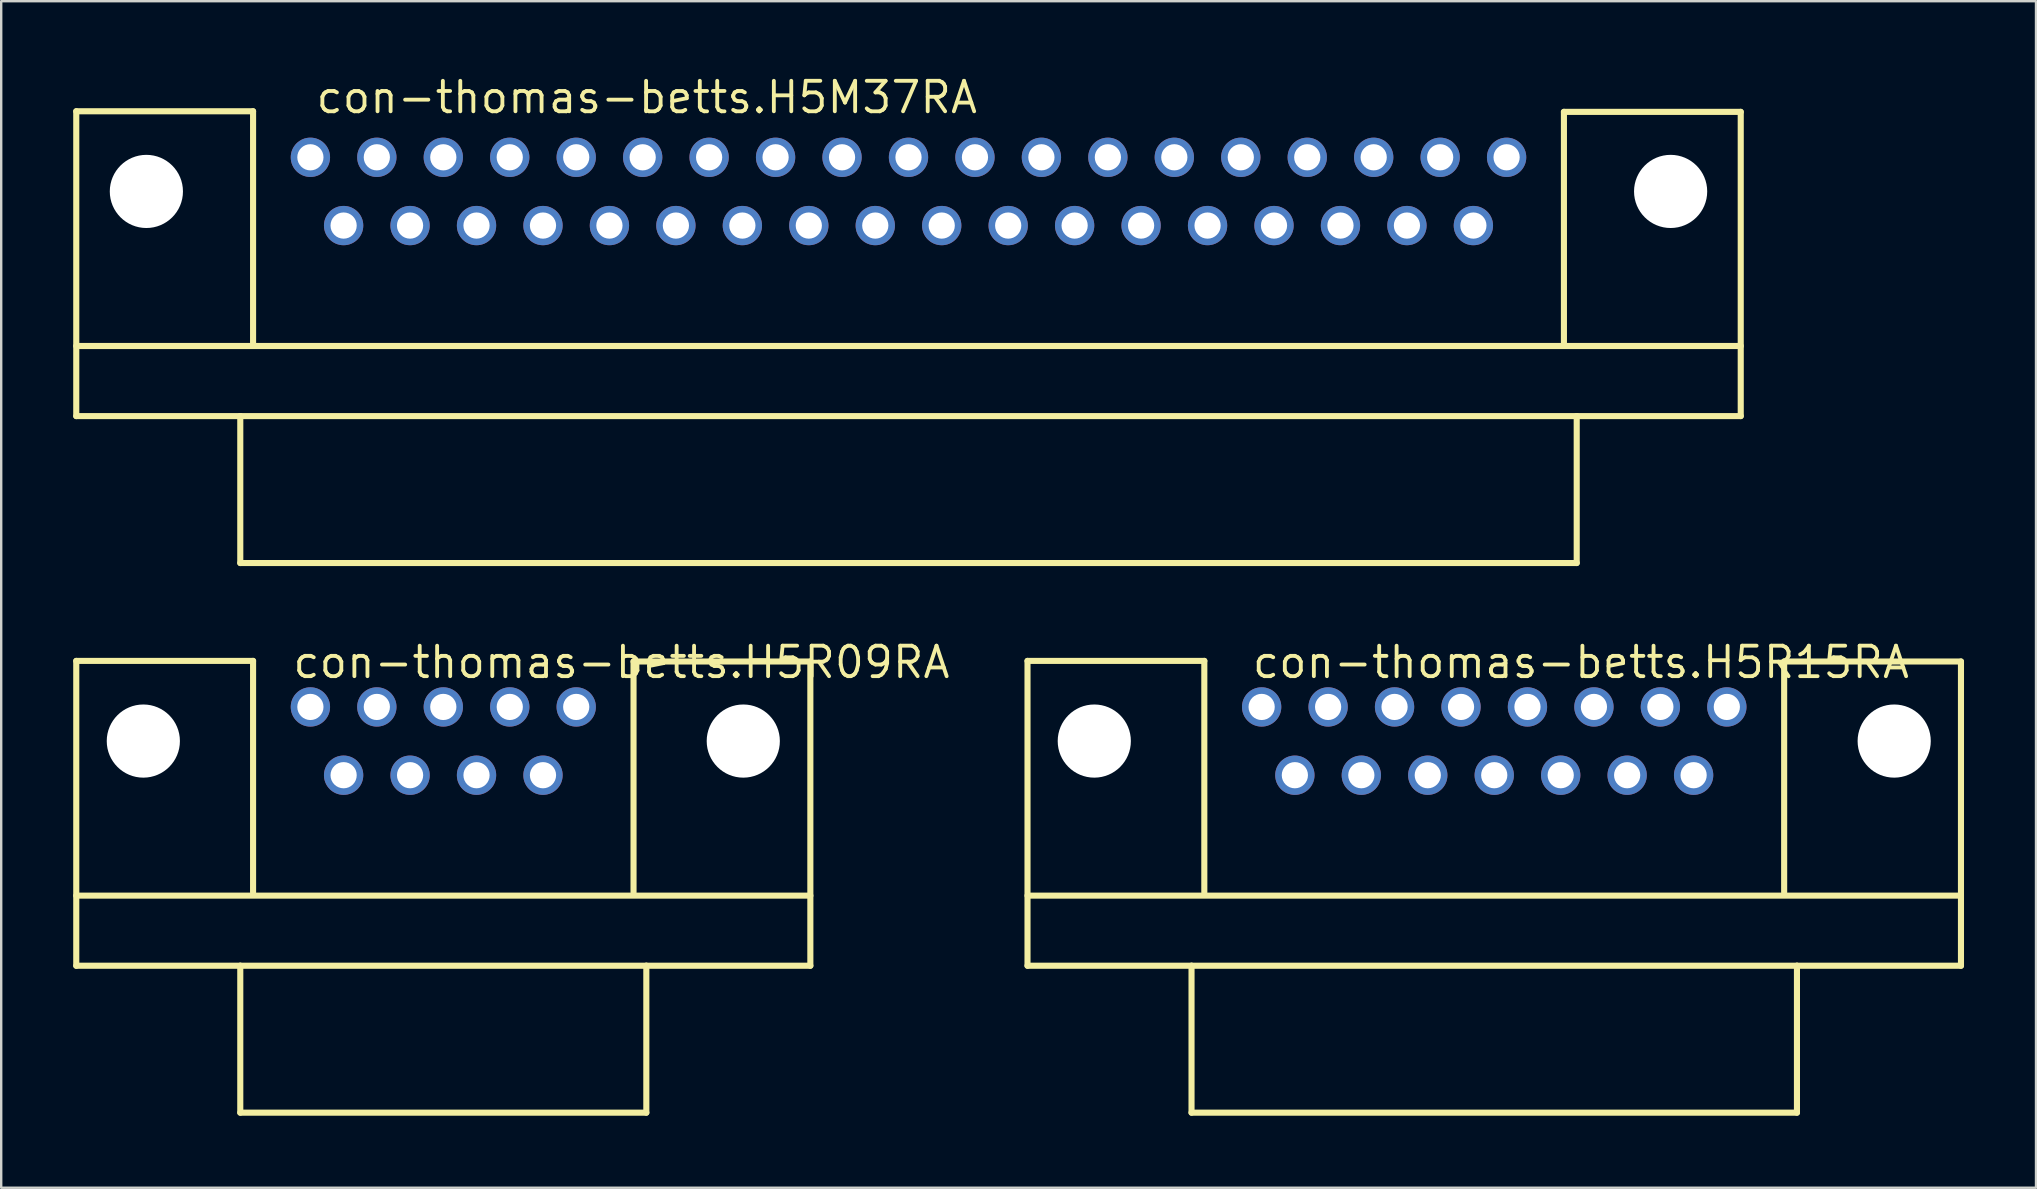
<source format=kicad_pcb>
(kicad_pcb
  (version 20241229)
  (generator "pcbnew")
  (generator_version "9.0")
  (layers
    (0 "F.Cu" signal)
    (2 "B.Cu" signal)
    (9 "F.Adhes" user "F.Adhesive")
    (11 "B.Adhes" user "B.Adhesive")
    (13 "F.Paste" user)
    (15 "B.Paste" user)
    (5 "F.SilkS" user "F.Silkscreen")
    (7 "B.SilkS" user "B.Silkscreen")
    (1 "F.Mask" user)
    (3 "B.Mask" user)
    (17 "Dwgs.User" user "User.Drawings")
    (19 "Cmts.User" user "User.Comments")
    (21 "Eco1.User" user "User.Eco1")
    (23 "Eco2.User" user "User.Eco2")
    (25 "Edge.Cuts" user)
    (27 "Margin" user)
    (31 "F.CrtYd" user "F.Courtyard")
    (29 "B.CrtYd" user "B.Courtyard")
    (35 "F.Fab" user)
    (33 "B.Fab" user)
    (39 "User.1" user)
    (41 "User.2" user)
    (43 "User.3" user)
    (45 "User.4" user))
  (footprint "con-thomas-betts.H5M37RA"
    (layer "F.Cu")
    (at 34.798 4.925)
    (property "Reference" "con-thomas-betts.H5M37RA" (at -24.765 -3.175 0) (layer "F.SilkS") (effects (font (size 1.27 1.27) (thickness 0.16)) (justify left bottom)))
    (attr through_hole)
    (fp_line (start -34.671 -3.34) (end -27.305 -3.34) (stroke (width 0.254) (type default)) (layer "F.SilkS"))
    (fp_line (start -34.671 6.439) (end 34.671 6.439) (stroke (width 0.254) (type default)) (layer "F.SilkS"))
    (fp_line (start -34.671 9.36) (end -34.671 -3.34) (stroke (width 0.254) (type default)) (layer "F.SilkS"))
    (fp_line (start -27.838 9.36) (end -34.671 9.36) (stroke (width 0.254) (type default)) (layer "F.SilkS"))
    (fp_line (start -27.838 9.36) (end 27.838 9.36) (stroke (width 0.254) (type default)) (layer "F.SilkS"))
    (fp_line (start -27.838 15.481) (end -27.838 9.36) (stroke (width 0.254) (type default)) (layer "F.SilkS"))
    (fp_line (start -27.305 -3.34) (end -27.305 6.299) (stroke (width 0.254) (type default)) (layer "F.SilkS"))
    (fp_line (start 27.305 -3.315) (end 27.305 6.299) (stroke (width 0.254) (type default)) (layer "F.SilkS"))
    (fp_line (start 27.838 9.36) (end 27.838 15.481) (stroke (width 0.254) (type default)) (layer "F.SilkS"))
    (fp_line (start 27.838 15.481) (end -27.838 15.481) (stroke (width 0.254) (type default)) (layer "F.SilkS"))
    (fp_line (start 34.671 -3.315) (end 27.305 -3.315) (stroke (width 0.254) (type default)) (layer "F.SilkS"))
    (fp_line (start 34.671 -3.315) (end 34.671 9.36) (stroke (width 0.254) (type default)) (layer "F.SilkS"))
    (fp_line (start 34.671 9.36) (end 27.838 9.36) (stroke (width 0.254) (type default)) (layer "F.SilkS"))
    (pad "" np_thru_hole circle (at -31.75 0) (size 3.048 3.048) (drill 3.048) (layers "*.Cu" "*.Mask"))
    (pad "" np_thru_hole circle (at 31.75 0) (size 3.048 3.048) (drill 3.048) (layers "*.Cu" "*.Mask"))
    (pad "1" thru_hole circle (at -24.917 -1.422) (size 1.638 1.638) (drill 1.092) (layers "*.Cu" "*.Mask"))
    (pad "2" thru_hole circle (at -22.149 -1.422) (size 1.638 1.638) (drill 1.092) (layers "*.Cu" "*.Mask"))
    (pad "3" thru_hole circle (at -19.38 -1.422) (size 1.638 1.638) (drill 1.092) (layers "*.Cu" "*.Mask"))
    (pad "4" thru_hole circle (at -16.612 -1.422) (size 1.638 1.638) (drill 1.092) (layers "*.Cu" "*.Mask"))
    (pad "5" thru_hole circle (at -13.843 -1.422) (size 1.638 1.638) (drill 1.092) (layers "*.Cu" "*.Mask"))
    (pad "6" thru_hole circle (at -11.074 -1.422) (size 1.638 1.638) (drill 1.092) (layers "*.Cu" "*.Mask"))
    (pad "7" thru_hole circle (at -8.306 -1.422) (size 1.638 1.638) (drill 1.092) (layers "*.Cu" "*.Mask"))
    (pad "8" thru_hole circle (at -5.537 -1.422) (size 1.638 1.638) (drill 1.092) (layers "*.Cu" "*.Mask"))
    (pad "9" thru_hole circle (at -2.769 -1.422) (size 1.638 1.638) (drill 1.092) (layers "*.Cu" "*.Mask"))
    (pad "10" thru_hole circle (at 0 -1.422) (size 1.638 1.638) (drill 1.092) (layers "*.Cu" "*.Mask"))
    (pad "11" thru_hole circle (at 2.769 -1.422) (size 1.638 1.638) (drill 1.092) (layers "*.Cu" "*.Mask"))
    (pad "12" thru_hole circle (at 5.537 -1.422) (size 1.638 1.638) (drill 1.092) (layers "*.Cu" "*.Mask"))
    (pad "13" thru_hole circle (at 8.306 -1.422) (size 1.638 1.638) (drill 1.092) (layers "*.Cu" "*.Mask"))
    (pad "14" thru_hole circle (at 11.074 -1.422) (size 1.638 1.638) (drill 1.092) (layers "*.Cu" "*.Mask"))
    (pad "15" thru_hole circle (at 13.843 -1.422) (size 1.638 1.638) (drill 1.092) (layers "*.Cu" "*.Mask"))
    (pad "16" thru_hole circle (at 16.612 -1.422) (size 1.638 1.638) (drill 1.092) (layers "*.Cu" "*.Mask"))
    (pad "17" thru_hole circle (at 19.38 -1.422) (size 1.638 1.638) (drill 1.092) (layers "*.Cu" "*.Mask"))
    (pad "18" thru_hole circle (at 22.149 -1.422) (size 1.638 1.638) (drill 1.092) (layers "*.Cu" "*.Mask"))
    (pad "19" thru_hole circle (at 24.917 -1.422) (size 1.638 1.638) (drill 1.092) (layers "*.Cu" "*.Mask"))
    (pad "20" thru_hole circle (at -23.533 1.422) (size 1.638 1.638) (drill 1.092) (layers "*.Cu" "*.Mask"))
    (pad "21" thru_hole circle (at -20.765 1.422) (size 1.638 1.638) (drill 1.092) (layers "*.Cu" "*.Mask"))
    (pad "22" thru_hole circle (at -17.996 1.422) (size 1.638 1.638) (drill 1.092) (layers "*.Cu" "*.Mask"))
    (pad "23" thru_hole circle (at -15.227 1.422) (size 1.638 1.638) (drill 1.092) (layers "*.Cu" "*.Mask"))
    (pad "24" thru_hole circle (at -12.459 1.422) (size 1.638 1.638) (drill 1.092) (layers "*.Cu" "*.Mask"))
    (pad "25" thru_hole circle (at -9.69 1.422) (size 1.638 1.638) (drill 1.092) (layers "*.Cu" "*.Mask"))
    (pad "26" thru_hole circle (at -6.921 1.422) (size 1.638 1.638) (drill 1.092) (layers "*.Cu" "*.Mask"))
    (pad "27" thru_hole circle (at -4.153 1.422) (size 1.638 1.638) (drill 1.092) (layers "*.Cu" "*.Mask"))
    (pad "28" thru_hole circle (at -1.384 1.422) (size 1.638 1.638) (drill 1.092) (layers "*.Cu" "*.Mask"))
    (pad "29" thru_hole circle (at 1.384 1.422) (size 1.638 1.638) (drill 1.092) (layers "*.Cu" "*.Mask"))
    (pad "30" thru_hole circle (at 4.153 1.422) (size 1.638 1.638) (drill 1.092) (layers "*.Cu" "*.Mask"))
    (pad "31" thru_hole circle (at 6.921 1.422) (size 1.638 1.638) (drill 1.092) (layers "*.Cu" "*.Mask"))
    (pad "32" thru_hole circle (at 9.69 1.422) (size 1.638 1.638) (drill 1.092) (layers "*.Cu" "*.Mask"))
    (pad "33" thru_hole circle (at 12.459 1.422) (size 1.638 1.638) (drill 1.092) (layers "*.Cu" "*.Mask"))
    (pad "34" thru_hole circle (at 15.227 1.422) (size 1.638 1.638) (drill 1.092) (layers "*.Cu" "*.Mask"))
    (pad "35" thru_hole circle (at 17.996 1.422) (size 1.638 1.638) (drill 1.092) (layers "*.Cu" "*.Mask"))
    (pad "36" thru_hole circle (at 20.765 1.422) (size 1.638 1.638) (drill 1.092) (layers "*.Cu" "*.Mask"))
    (pad "37" thru_hole circle (at 23.533 1.422) (size 1.638 1.638) (drill 1.092) (layers "*.Cu" "*.Mask")))
  (footprint "con-thomas-betts.H5R09RA"
    (layer "F.Cu")
    (at 15.418 27.823)
    (property "Reference" "con-thomas-betts.H5R09RA" (at -6.35 -2.54 0) (layer "F.SilkS") (effects (font (size 1.27 1.27) (thickness 0.16)) (justify left bottom)))
    (attr through_hole)
    (fp_line (start -15.291 -3.34) (end -7.925 -3.34) (stroke (width 0.254) (type default)) (layer "F.SilkS"))
    (fp_line (start -15.291 6.439) (end 15.291 6.439) (stroke (width 0.254) (type default)) (layer "F.SilkS"))
    (fp_line (start -15.291 9.36) (end -15.291 -3.34) (stroke (width 0.254) (type default)) (layer "F.SilkS"))
    (fp_line (start -8.458 9.36) (end -15.291 9.36) (stroke (width 0.254) (type default)) (layer "F.SilkS"))
    (fp_line (start -8.458 9.36) (end 8.458 9.36) (stroke (width 0.254) (type default)) (layer "F.SilkS"))
    (fp_line (start -8.458 15.481) (end -8.458 9.36) (stroke (width 0.254) (type default)) (layer "F.SilkS"))
    (fp_line (start -7.925 -3.34) (end -7.925 6.299) (stroke (width 0.254) (type default)) (layer "F.SilkS"))
    (fp_line (start 7.925 -3.315) (end 7.925 6.299) (stroke (width 0.254) (type default)) (layer "F.SilkS"))
    (fp_line (start 8.458 9.36) (end 8.458 15.481) (stroke (width 0.254) (type default)) (layer "F.SilkS"))
    (fp_line (start 8.458 15.481) (end -8.458 15.481) (stroke (width 0.254) (type default)) (layer "F.SilkS"))
    (fp_line (start 15.291 -3.315) (end 7.925 -3.315) (stroke (width 0.254) (type default)) (layer "F.SilkS"))
    (fp_line (start 15.291 -3.315) (end 15.291 9.36) (stroke (width 0.254) (type default)) (layer "F.SilkS"))
    (fp_line (start 15.291 9.36) (end 8.458 9.36) (stroke (width 0.254) (type default)) (layer "F.SilkS"))
    (pad "" np_thru_hole circle (at -12.497 0) (size 3.048 3.048) (drill 3.048) (layers "*.Cu" "*.Mask"))
    (pad "" np_thru_hole circle (at 12.497 0) (size 3.048 3.048) (drill 3.048) (layers "*.Cu" "*.Mask"))
    (pad "1" thru_hole circle (at 5.537 -1.422) (size 1.638 1.638) (drill 1.092) (layers "*.Cu" "*.Mask"))
    (pad "2" thru_hole circle (at 2.769 -1.422) (size 1.638 1.638) (drill 1.092) (layers "*.Cu" "*.Mask"))
    (pad "3" thru_hole circle (at 0 -1.422) (size 1.638 1.638) (drill 1.092) (layers "*.Cu" "*.Mask"))
    (pad "4" thru_hole circle (at -2.769 -1.422) (size 1.638 1.638) (drill 1.092) (layers "*.Cu" "*.Mask"))
    (pad "5" thru_hole circle (at -5.537 -1.422) (size 1.638 1.638) (drill 1.092) (layers "*.Cu" "*.Mask"))
    (pad "6" thru_hole circle (at 4.153 1.422) (size 1.638 1.638) (drill 1.092) (layers "*.Cu" "*.Mask"))
    (pad "7" thru_hole circle (at 1.384 1.422) (size 1.638 1.638) (drill 1.092) (layers "*.Cu" "*.Mask"))
    (pad "8" thru_hole circle (at -1.384 1.422) (size 1.638 1.638) (drill 1.092) (layers "*.Cu" "*.Mask"))
    (pad "9" thru_hole circle (at -4.153 1.422) (size 1.638 1.638) (drill 1.092) (layers "*.Cu" "*.Mask")))
  (footprint "con-thomas-betts.H5R15RA"
    (layer "F.Cu")
    (at 59.2 27.823)
    (property "Reference" "con-thomas-betts.H5R15RA" (at -10.16 -2.54 0) (layer "F.SilkS") (effects (font (size 1.27 1.27) (thickness 0.16)) (justify left bottom)))
    (attr through_hole)
    (fp_line (start -19.444 -3.34) (end -12.078 -3.34) (stroke (width 0.254) (type default)) (layer "F.SilkS"))
    (fp_line (start -19.444 6.439) (end 19.444 6.439) (stroke (width 0.254) (type default)) (layer "F.SilkS"))
    (fp_line (start -19.444 9.36) (end -19.444 -3.34) (stroke (width 0.254) (type default)) (layer "F.SilkS"))
    (fp_line (start -12.611 9.36) (end -19.444 9.36) (stroke (width 0.254) (type default)) (layer "F.SilkS"))
    (fp_line (start -12.611 9.36) (end 12.611 9.36) (stroke (width 0.254) (type default)) (layer "F.SilkS"))
    (fp_line (start -12.611 15.481) (end -12.611 9.36) (stroke (width 0.254) (type default)) (layer "F.SilkS"))
    (fp_line (start -12.078 -3.34) (end -12.078 6.299) (stroke (width 0.254) (type default)) (layer "F.SilkS"))
    (fp_line (start 12.078 -3.315) (end 12.078 6.299) (stroke (width 0.254) (type default)) (layer "F.SilkS"))
    (fp_line (start 12.611 9.36) (end 12.611 15.481) (stroke (width 0.254) (type default)) (layer "F.SilkS"))
    (fp_line (start 12.611 15.481) (end -12.611 15.481) (stroke (width 0.254) (type default)) (layer "F.SilkS"))
    (fp_line (start 19.444 -3.315) (end 12.078 -3.315) (stroke (width 0.254) (type default)) (layer "F.SilkS"))
    (fp_line (start 19.444 -3.315) (end 19.444 9.36) (stroke (width 0.254) (type default)) (layer "F.SilkS"))
    (fp_line (start 19.444 9.36) (end 12.611 9.36) (stroke (width 0.254) (type default)) (layer "F.SilkS"))
    (pad "" np_thru_hole circle (at -16.662 0) (size 3.048 3.048) (drill 3.048) (layers "*.Cu" "*.Mask"))
    (pad "" np_thru_hole circle (at 16.662 0) (size 3.048 3.048) (drill 3.048) (layers "*.Cu" "*.Mask"))
    (pad "1" thru_hole circle (at 9.69 -1.422) (size 1.638 1.638) (drill 1.092) (layers "*.Cu" "*.Mask"))
    (pad "2" thru_hole circle (at 6.921 -1.422) (size 1.638 1.638) (drill 1.092) (layers "*.Cu" "*.Mask"))
    (pad "3" thru_hole circle (at 4.153 -1.422) (size 1.638 1.638) (drill 1.092) (layers "*.Cu" "*.Mask"))
    (pad "4" thru_hole circle (at 1.384 -1.422) (size 1.638 1.638) (drill 1.092) (layers "*.Cu" "*.Mask"))
    (pad "5" thru_hole circle (at -1.384 -1.422) (size 1.638 1.638) (drill 1.092) (layers "*.Cu" "*.Mask"))
    (pad "6" thru_hole circle (at -4.153 -1.422) (size 1.638 1.638) (drill 1.092) (layers "*.Cu" "*.Mask"))
    (pad "7" thru_hole circle (at -6.921 -1.422) (size 1.638 1.638) (drill 1.092) (layers "*.Cu" "*.Mask"))
    (pad "8" thru_hole circle (at -9.69 -1.422) (size 1.638 1.638) (drill 1.092) (layers "*.Cu" "*.Mask"))
    (pad "9" thru_hole circle (at 8.306 1.422) (size 1.638 1.638) (drill 1.092) (layers "*.Cu" "*.Mask"))
    (pad "10" thru_hole circle (at 5.537 1.422) (size 1.638 1.638) (drill 1.092) (layers "*.Cu" "*.Mask"))
    (pad "11" thru_hole circle (at 2.769 1.422) (size 1.638 1.638) (drill 1.092) (layers "*.Cu" "*.Mask"))
    (pad "12" thru_hole circle (at 0 1.422) (size 1.638 1.638) (drill 1.092) (layers "*.Cu" "*.Mask"))
    (pad "13" thru_hole circle (at -2.769 1.422) (size 1.638 1.638) (drill 1.092) (layers "*.Cu" "*.Mask"))
    (pad "14" thru_hole circle (at -5.537 1.422) (size 1.638 1.638) (drill 1.092) (layers "*.Cu" "*.Mask"))
    (pad "15" thru_hole circle (at -8.306 1.422) (size 1.638 1.638) (drill 1.092) (layers "*.Cu" "*.Mask")))
  (gr_rect
    (start -3 -3)
    (end 81.77 46.432)
    (stroke (width 0.1) (type default))
    (fill no)
    (layer "Edge.Cuts")))
</source>
